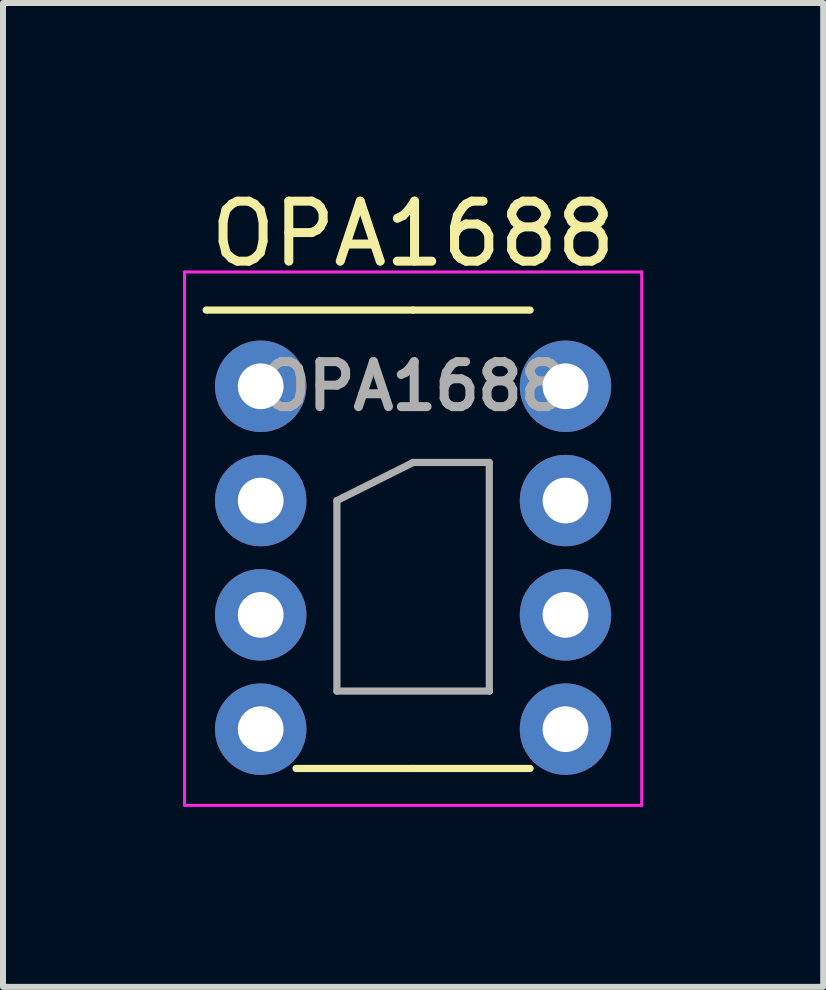
<source format=kicad_pcb>
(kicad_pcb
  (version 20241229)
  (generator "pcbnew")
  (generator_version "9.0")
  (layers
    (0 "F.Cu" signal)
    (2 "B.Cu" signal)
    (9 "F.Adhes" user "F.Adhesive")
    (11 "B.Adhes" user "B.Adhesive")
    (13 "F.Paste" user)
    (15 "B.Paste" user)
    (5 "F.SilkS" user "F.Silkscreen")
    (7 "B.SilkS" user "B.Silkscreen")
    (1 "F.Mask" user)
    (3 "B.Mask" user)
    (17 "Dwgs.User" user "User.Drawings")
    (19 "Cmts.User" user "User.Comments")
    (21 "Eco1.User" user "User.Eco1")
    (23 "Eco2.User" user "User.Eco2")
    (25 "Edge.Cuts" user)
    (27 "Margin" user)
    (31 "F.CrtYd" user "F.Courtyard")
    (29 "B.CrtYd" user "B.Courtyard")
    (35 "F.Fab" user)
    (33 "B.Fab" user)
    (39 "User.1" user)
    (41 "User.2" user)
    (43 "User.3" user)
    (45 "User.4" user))
  (footprint "OPA1688"
    (layer "F.Cu")
    (at 3.835 6.563)
    (property "Reference" "OPA1688" (at 0 -5.715 0) (layer "F.SilkS") (effects (font (size 1 1) (thickness 0.15))))
    (attr smd)
    (fp_line (start 0 -4.445) (end -3.45 -4.445) (stroke (width 0.12) (type solid)) (layer "F.SilkS"))
    (fp_line (start 0 -4.445) (end 1.95 -4.445) (stroke (width 0.12) (type solid)) (layer "F.SilkS"))
    (fp_line (start 0 3.195) (end -1.95 3.195) (stroke (width 0.12) (type solid)) (layer "F.SilkS"))
    (fp_line (start 0 3.195) (end 1.95 3.195) (stroke (width 0.12) (type solid)) (layer "F.SilkS"))
    (fp_line (start -3.81 -5.08) (end -3.81 3.81) (stroke (width 0.05) (type solid)) (layer "F.CrtYd"))
    (fp_line (start -3.81 3.81) (end 3.81 3.81) (stroke (width 0.05) (type solid)) (layer "F.CrtYd"))
    (fp_line (start 3.81 -5.08) (end -3.81 -5.08) (stroke (width 0.05) (type solid)) (layer "F.CrtYd"))
    (fp_line (start 3.81 3.81) (end 3.81 -5.08) (stroke (width 0.05) (type solid)) (layer "F.CrtYd"))
    (fp_line (start -1.27 -1.27) (end -1.27 1.905) (stroke (width 0.12) (type solid)) (layer "F.Fab"))
    (fp_line (start -1.27 1.905) (end 1.27 1.905) (stroke (width 0.12) (type solid)) (layer "F.Fab"))
    (fp_line (start 0 -1.905) (end -1.27 -1.27) (stroke (width 0.12) (type solid)) (layer "F.Fab"))
    (fp_line (start 1.27 -1.905) (end 0 -1.905) (stroke (width 0.12) (type solid)) (layer "F.Fab"))
    (fp_line (start 1.27 1.905) (end 1.27 -1.905) (stroke (width 0.12) (type solid)) (layer "F.Fab"))
    (fp_text user "${REFERENCE}" (at 0 -3.175 0) (layer "F.Fab") (effects (font (size 0.75 0.75) (thickness 0.15))))
    (pad "1" thru_hole circle (at -2.54 -3.175) (size 1.524 1.524) (drill 0.762) (layers "*.Cu" "*.Mask"))
    (pad "2" thru_hole circle (at -2.54 -1.27) (size 1.524 1.524) (drill 0.762) (layers "*.Cu" "*.Mask"))
    (pad "3" thru_hole circle (at -2.54 0.635) (size 1.524 1.524) (drill 0.762) (layers "*.Cu" "*.Mask"))
    (pad "4" thru_hole circle (at -2.54 2.54) (size 1.524 1.524) (drill 0.762) (layers "*.Cu" "*.Mask"))
    (pad "5" thru_hole circle (at 2.54 2.54) (size 1.524 1.524) (drill 0.762) (layers "*.Cu" "*.Mask"))
    (pad "6" thru_hole circle (at 2.54 0.635) (size 1.524 1.524) (drill 0.762) (layers "*.Cu" "*.Mask"))
    (pad "7" thru_hole circle (at 2.54 -1.27) (size 1.524 1.524) (drill 0.762) (layers "*.Cu" "*.Mask"))
    (pad "8" thru_hole circle (at 2.54 -3.175) (size 1.524 1.524) (drill 0.762) (layers "*.Cu" "*.Mask")))
  (gr_rect
    (start -3 -3)
    (end 10.67 13.398)
    (stroke (width 0.1) (type default))
    (fill no)
    (layer "Edge.Cuts")))
</source>
